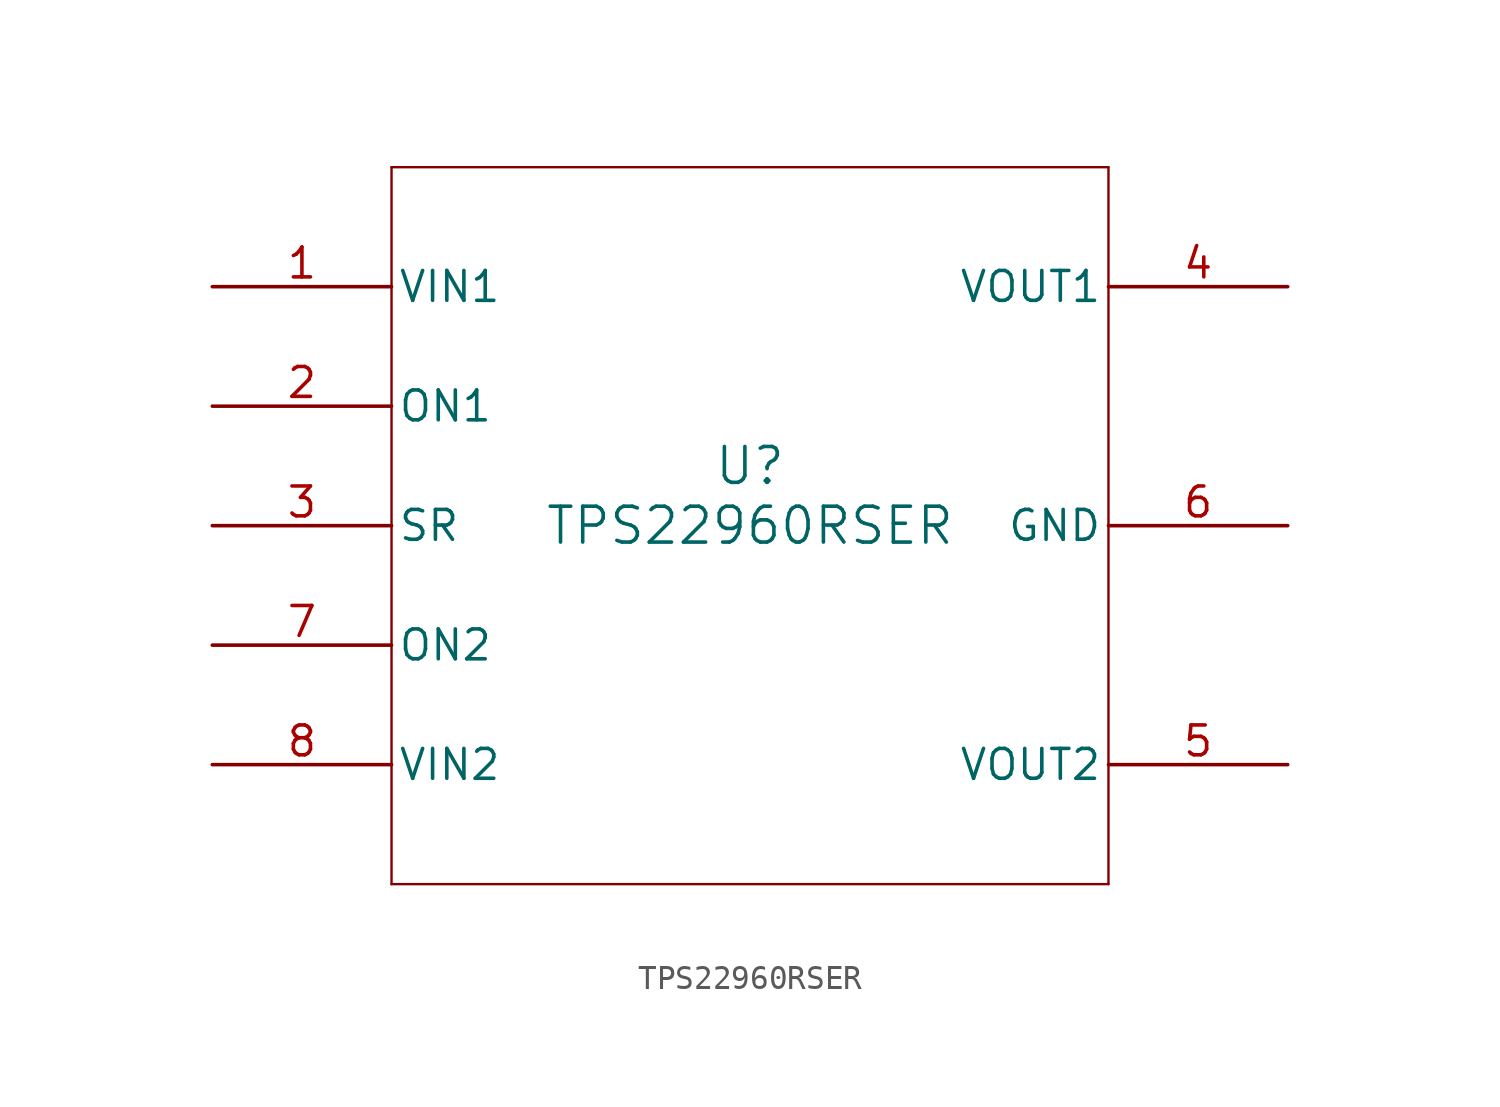
<source format=kicad_sym>
(kicad_symbol_lib
  (version 20211014)
  (generator kicad_symbol_editor)
  (symbol "TPS22960RSER"
    (pin_names
      (offset 0.254))
    (property "Reference" "U"
      (at 0 2.54 0)
      (effects (font (size 1.524 1.524))))
    (property "Value" "TPS22960RSER"
      (at 0 0 0)
      (effects (font (size 1.524 1.524))))
    (symbol "TPS22960RSER_0_1"
      (polyline (pts (xy -15.24 -15.24) (xy 15.24 -15.24)) (stroke (width 0.102) (type default) (color 0 0 0 0)) (fill (type none)))
      (polyline (pts (xy 15.24 -15.24) (xy 15.24 15.24)) (stroke (width 0.102) (type default) (color 0 0 0 0)) (fill (type none)))
      (polyline (pts (xy 15.24 15.24) (xy -15.24 15.24)) (stroke (width 0.102) (type default) (color 0 0 0 0)) (fill (type none)))
      (polyline (pts (xy -15.24 15.24) (xy -15.24 -15.24)) (stroke (width 0.102) (type default) (color 0 0 0 0)) (fill (type none)))
      (pin power_in line (at -22.86 10.16 0) (length 7.62) (name "VIN1" (effects (font (size 1.27 1.27)))) (number "1" (effects (font (size 1.27 1.27)))))
      (pin input line (at -22.86 5.08 0) (length 7.62) (name "ON1" (effects (font (size 1.27 1.27)))) (number "2" (effects (font (size 1.27 1.27)))))
      (pin input line (at -22.86 0 0) (length 7.62) (name "SR" (effects (font (size 1.27 1.27)))) (number "3" (effects (font (size 1.27 1.27)))))
      (pin power_in line (at 22.86 10.16 180) (length 7.62) (name "VOUT1" (effects (font (size 1.27 1.27)))) (number "4" (effects (font (size 1.27 1.27)))))
      (pin power_in line (at 22.86 -10.16 180) (length 7.62) (name "VOUT2" (effects (font (size 1.27 1.27)))) (number "5" (effects (font (size 1.27 1.27)))))
      (pin power_in line (at 22.86 0 180) (length 7.62) (name "GND" (effects (font (size 1.27 1.27)))) (number "6" (effects (font (size 1.27 1.27)))))
      (pin input line (at -22.86 -5.08 0) (length 7.62) (name "ON2" (effects (font (size 1.27 1.27)))) (number "7" (effects (font (size 1.27 1.27)))))
      (pin power_in line (at -22.86 -10.16 0) (length 7.62) (name "VIN2" (effects (font (size 1.27 1.27)))) (number "8" (effects (font (size 1.27 1.27))))))))
</source>
